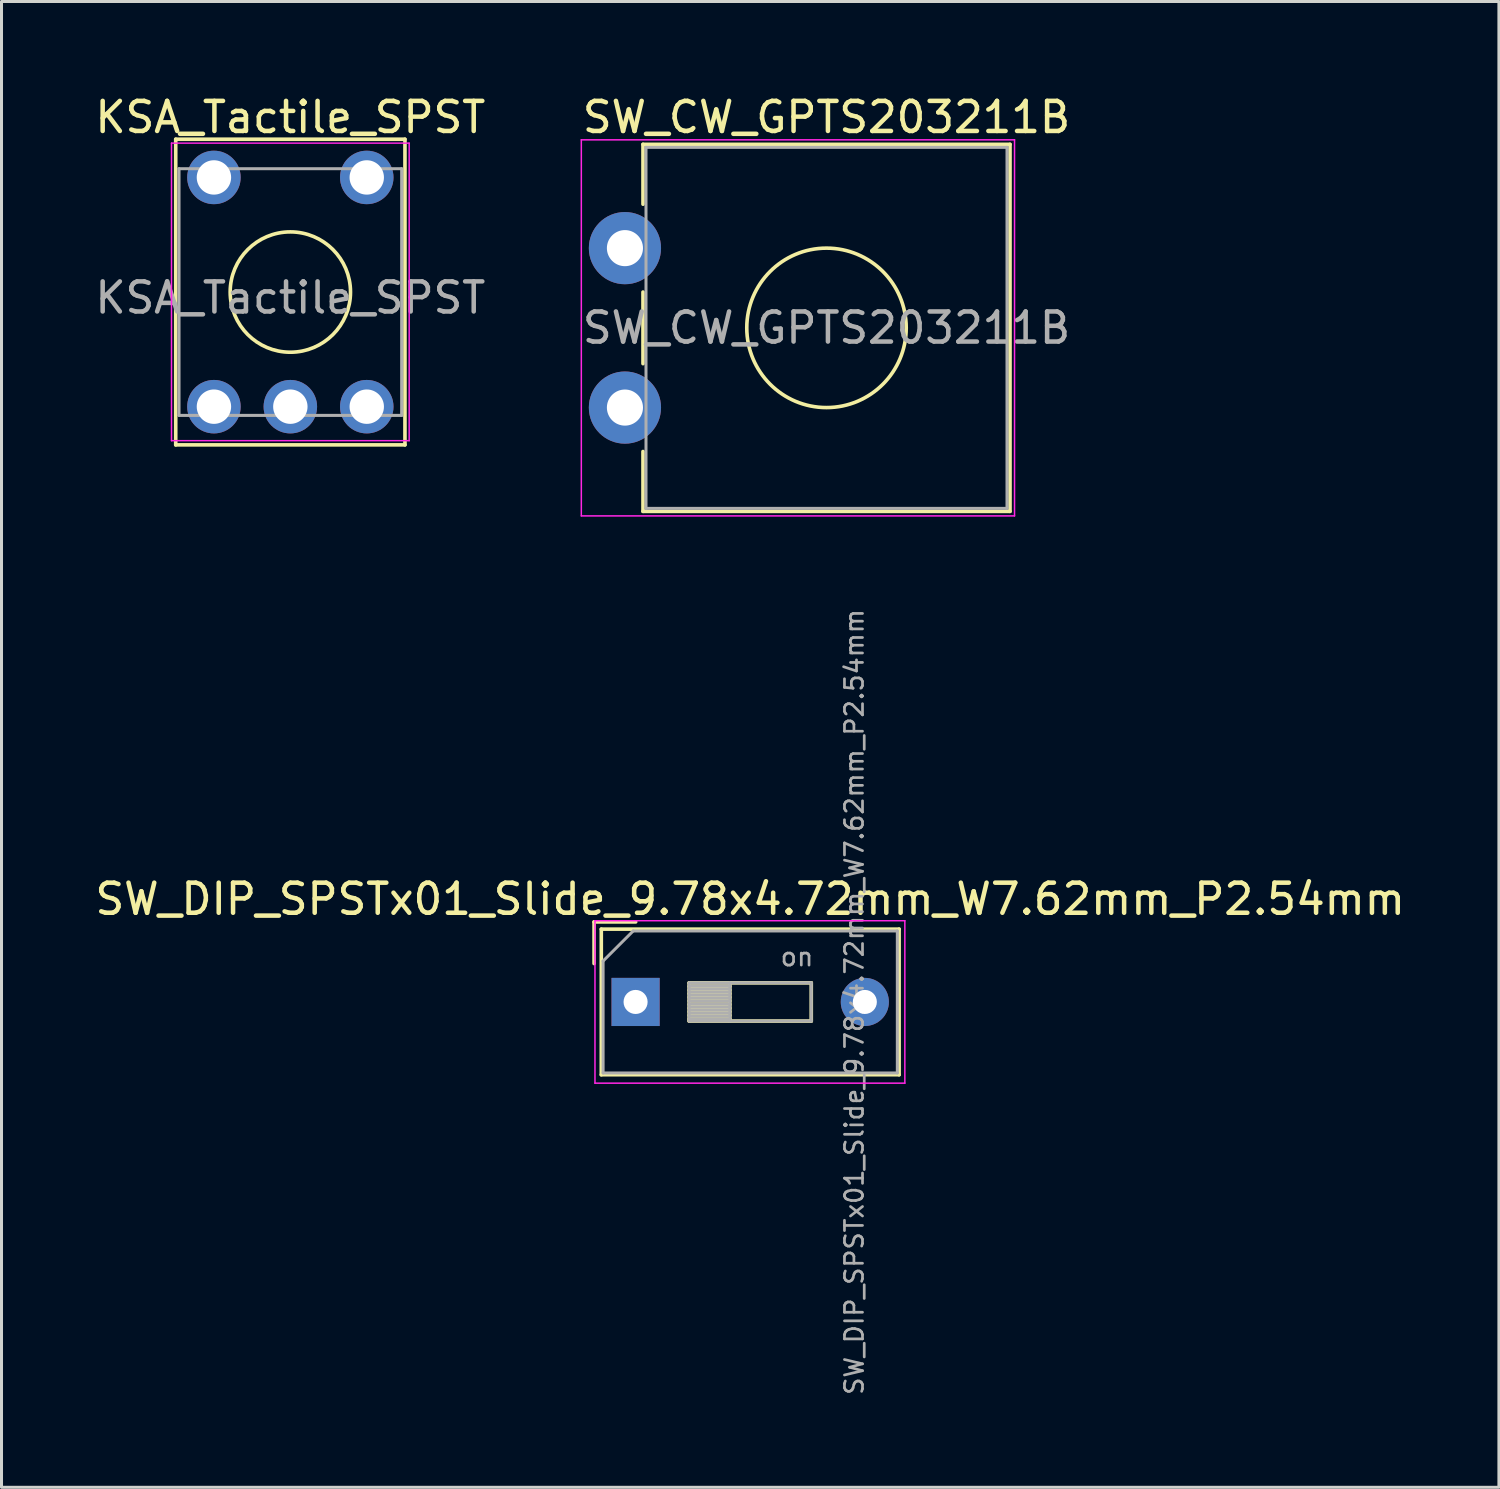
<source format=kicad_pcb>
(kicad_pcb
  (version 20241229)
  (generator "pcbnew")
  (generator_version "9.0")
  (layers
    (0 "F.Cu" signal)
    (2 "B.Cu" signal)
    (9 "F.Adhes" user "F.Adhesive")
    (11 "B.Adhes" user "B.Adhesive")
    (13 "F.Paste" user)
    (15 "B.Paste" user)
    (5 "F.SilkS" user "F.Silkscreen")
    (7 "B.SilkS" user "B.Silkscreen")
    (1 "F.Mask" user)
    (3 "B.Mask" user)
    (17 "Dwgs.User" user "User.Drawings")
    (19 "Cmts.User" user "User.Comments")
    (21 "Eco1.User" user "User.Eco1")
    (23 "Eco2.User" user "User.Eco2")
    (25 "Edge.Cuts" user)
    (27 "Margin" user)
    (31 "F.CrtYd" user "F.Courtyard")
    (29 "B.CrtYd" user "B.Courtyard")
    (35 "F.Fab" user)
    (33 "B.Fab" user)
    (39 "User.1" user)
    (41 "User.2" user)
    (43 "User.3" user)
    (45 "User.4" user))
  (footprint "SW_CW_GPTS203211B"
    (layer "F.Cu")
    (at 17.723 5.198)
    (property "Reference" "SW_CW_GPTS203211B" (at 6.7 -4.35 0) (layer "F.SilkS") (effects (font (size 1 1) (thickness 0.15))))
    (attr through_hole)
    (fp_line (start 0.6 -3.45) (end 12.8 -3.45) (stroke (width 0.12) (type solid)) (layer "F.SilkS"))
    (fp_line (start 0.6 -1.46) (end 0.6 -3.45) (stroke (width 0.12) (type solid)) (layer "F.SilkS"))
    (fp_line (start 0.6 1.46) (end 0.6 3.84) (stroke (width 0.12) (type solid)) (layer "F.SilkS"))
    (fp_line (start 0.6 8.75) (end 0.6 6.76) (stroke (width 0.12) (type solid)) (layer "F.SilkS"))
    (fp_line (start 12.8 -3.45) (end 12.8 8.75) (stroke (width 0.12) (type solid)) (layer "F.SilkS"))
    (fp_line (start 12.8 8.75) (end 0.6 8.75) (stroke (width 0.12) (type solid)) (layer "F.SilkS"))
    (fp_circle (center 6.7 2.65) (end 9.35 2.65) (stroke (width 0.12) (type solid)) (fill no) (layer "F.SilkS"))
    (fp_line (start -1.45 -3.6) (end -1.45 8.9) (stroke (width 0.05) (type solid)) (layer "F.CrtYd"))
    (fp_line (start -1.45 8.9) (end 12.95 8.9) (stroke (width 0.05) (type solid)) (layer "F.CrtYd"))
    (fp_line (start 12.95 -3.6) (end -1.45 -3.6) (stroke (width 0.05) (type solid)) (layer "F.CrtYd"))
    (fp_line (start 12.95 8.9) (end 12.95 -3.6) (stroke (width 0.05) (type solid)) (layer "F.CrtYd"))
    (fp_line (start 0.7 -3.35) (end 0.7 8.65) (stroke (width 0.1) (type solid)) (layer "F.Fab"))
    (fp_line (start 0.7 8.65) (end 12.7 8.65) (stroke (width 0.1) (type solid)) (layer "F.Fab"))
    (fp_line (start 12.7 -3.35) (end 0.7 -3.35) (stroke (width 0.1) (type solid)) (layer "F.Fab"))
    (fp_line (start 12.7 8.65) (end 12.7 -3.35) (stroke (width 0.1) (type solid)) (layer "F.Fab"))
    (fp_text user "${REFERENCE}" (at 6.7 2.65 0) (layer "F.Fab") (effects (font (size 1 1) (thickness 0.15))))
    (pad "1" thru_hole circle (at 0 0) (size 2.4 2.4) (drill 1.2) (layers "*.Cu" "*.Mask"))
    (pad "2" thru_hole circle (at 0 5.3) (size 2.4 2.4) (drill 1.2) (layers "*.Cu" "*.Mask")))
  (footprint "KSA_Tactile_SPST"
    (layer "F.Cu")
    (at 4.061 2.848)
    (property "Reference" "KSA_Tactile_SPST" (at 2.54 -2 0) (layer "F.SilkS") (effects (font (size 1 1) (thickness 0.15))))
    (attr through_hole)
    (fp_line (start -1.27 -1.27) (end -1.27 8.89) (stroke (width 0.12) (type solid)) (layer "F.SilkS"))
    (fp_line (start -1.27 -1.27) (end 6.35 -1.27) (stroke (width 0.12) (type solid)) (layer "F.SilkS"))
    (fp_line (start -1.27 8.89) (end 6.35 8.89) (stroke (width 0.12) (type solid)) (layer "F.SilkS"))
    (fp_line (start 6.35 8.89) (end 6.35 -1.27) (stroke (width 0.12) (type solid)) (layer "F.SilkS"))
    (fp_circle (center 2.54 3.81) (end 0.54 3.81) (stroke (width 0.12) (type solid)) (fill no) (layer "F.SilkS"))
    (fp_line (start -1.41 -1.14) (end -1.41 8.75) (stroke (width 0.05) (type solid)) (layer "F.CrtYd"))
    (fp_line (start -1.41 -1.14) (end 6.49 -1.14) (stroke (width 0.05) (type solid)) (layer "F.CrtYd"))
    (fp_line (start 6.49 8.75) (end -1.41 8.75) (stroke (width 0.05) (type solid)) (layer "F.CrtYd"))
    (fp_line (start 6.49 8.75) (end 6.49 -1.14) (stroke (width 0.05) (type solid)) (layer "F.CrtYd"))
    (fp_line (start -1.16 7.91) (end -1.16 -0.29) (stroke (width 0.1) (type solid)) (layer "F.Fab"))
    (fp_line (start -1.16 7.91) (end 6.24 7.91) (stroke (width 0.1) (type solid)) (layer "F.Fab"))
    (fp_line (start 6.24 -0.29) (end -1.16 -0.29) (stroke (width 0.1) (type solid)) (layer "F.Fab"))
    (fp_line (start 6.24 7.91) (end 6.24 -0.29) (stroke (width 0.1) (type solid)) (layer "F.Fab"))
    (fp_text user "${REFERENCE}" (at 2.54 4 0) (layer "F.Fab") (effects (font (size 1 1) (thickness 0.15))))
    (pad "1" thru_hole circle (at 0 0) (size 1.778 1.778) (drill 1.143) (layers "*.Cu" "*.Mask"))
    (pad "2" thru_hole circle (at 5.08 0) (size 1.778 1.778) (drill 1.143) (layers "*.Cu" "*.Mask"))
    (pad "3" thru_hole circle (at 5.08 7.62) (size 1.778 1.778) (drill 1.143) (layers "*.Cu" "*.Mask"))
    (pad "4" thru_hole circle (at 2.54 7.62) (size 1.778 1.778) (drill 1.143) (layers "*.Cu" "*.Mask"))
    (pad "5" thru_hole circle (at 0 7.62) (size 1.778 1.778) (drill 1.143) (layers "*.Cu" "*.Mask")))
  (footprint "SW_DIP_SPSTx01_Slide_9.78x4.72mm_W7.62mm_P2.54mm"
    (layer "F.Cu")
    (at 18.077 30.255)
    (property "Reference" "SW_DIP_SPSTx01_Slide_9.78x4.72mm_W7.62mm_P2.54mm" (at 3.81 -3.42 0) (layer "F.SilkS") (effects (font (size 1 1) (thickness 0.15))))
    (attr through_hole)
    (fp_line (start -1.38 -2.66) (end -1.38 -1.277) (stroke (width 0.12) (type solid)) (layer "F.SilkS"))
    (fp_line (start -1.38 -2.66) (end 0.004 -2.66) (stroke (width 0.12) (type solid)) (layer "F.SilkS"))
    (fp_line (start -1.14 -2.42) (end -1.14 2.42) (stroke (width 0.12) (type solid)) (layer "F.SilkS"))
    (fp_line (start -1.14 -2.42) (end 8.76 -2.42) (stroke (width 0.12) (type solid)) (layer "F.SilkS"))
    (fp_line (start -1.14 2.42) (end 8.76 2.42) (stroke (width 0.12) (type solid)) (layer "F.SilkS"))
    (fp_line (start 1.78 -0.635) (end 1.78 0.635) (stroke (width 0.12) (type solid)) (layer "F.SilkS"))
    (fp_line (start 1.78 -0.515) (end 3.133 -0.515) (stroke (width 0.12) (type solid)) (layer "F.SilkS"))
    (fp_line (start 1.78 -0.395) (end 3.133 -0.395) (stroke (width 0.12) (type solid)) (layer "F.SilkS"))
    (fp_line (start 1.78 -0.275) (end 3.133 -0.275) (stroke (width 0.12) (type solid)) (layer "F.SilkS"))
    (fp_line (start 1.78 -0.155) (end 3.133 -0.155) (stroke (width 0.12) (type solid)) (layer "F.SilkS"))
    (fp_line (start 1.78 -0.035) (end 3.133 -0.035) (stroke (width 0.12) (type solid)) (layer "F.SilkS"))
    (fp_line (start 1.78 0.085) (end 3.133 0.085) (stroke (width 0.12) (type solid)) (layer "F.SilkS"))
    (fp_line (start 1.78 0.205) (end 3.133 0.205) (stroke (width 0.12) (type solid)) (layer "F.SilkS"))
    (fp_line (start 1.78 0.325) (end 3.133 0.325) (stroke (width 0.12) (type solid)) (layer "F.SilkS"))
    (fp_line (start 1.78 0.445) (end 3.133 0.445) (stroke (width 0.12) (type solid)) (layer "F.SilkS"))
    (fp_line (start 1.78 0.565) (end 3.133 0.565) (stroke (width 0.12) (type solid)) (layer "F.SilkS"))
    (fp_line (start 1.78 0.635) (end 5.84 0.635) (stroke (width 0.12) (type solid)) (layer "F.SilkS"))
    (fp_line (start 3.133 -0.635) (end 3.133 0.635) (stroke (width 0.12) (type solid)) (layer "F.SilkS"))
    (fp_line (start 5.84 -0.635) (end 1.78 -0.635) (stroke (width 0.12) (type solid)) (layer "F.SilkS"))
    (fp_line (start 5.84 0.635) (end 5.84 -0.635) (stroke (width 0.12) (type solid)) (layer "F.SilkS"))
    (fp_line (start 8.76 -2.42) (end 8.76 2.42) (stroke (width 0.12) (type solid)) (layer "F.SilkS"))
    (fp_line (start -1.35 -2.7) (end -1.35 2.7) (stroke (width 0.05) (type solid)) (layer "F.CrtYd"))
    (fp_line (start -1.35 2.7) (end 8.95 2.7) (stroke (width 0.05) (type solid)) (layer "F.CrtYd"))
    (fp_line (start 8.95 -2.7) (end -1.35 -2.7) (stroke (width 0.05) (type solid)) (layer "F.CrtYd"))
    (fp_line (start 8.95 2.7) (end 8.95 -2.7) (stroke (width 0.05) (type solid)) (layer "F.CrtYd"))
    (fp_line (start -1.08 -1.36) (end -0.08 -2.36) (stroke (width 0.1) (type solid)) (layer "F.Fab"))
    (fp_line (start -1.08 2.36) (end -1.08 -1.36) (stroke (width 0.1) (type solid)) (layer "F.Fab"))
    (fp_line (start -0.08 -2.36) (end 8.7 -2.36) (stroke (width 0.1) (type solid)) (layer "F.Fab"))
    (fp_line (start 1.78 -0.635) (end 1.78 0.635) (stroke (width 0.1) (type solid)) (layer "F.Fab"))
    (fp_line (start 1.78 -0.535) (end 3.133 -0.535) (stroke (width 0.1) (type solid)) (layer "F.Fab"))
    (fp_line (start 1.78 -0.435) (end 3.133 -0.435) (stroke (width 0.1) (type solid)) (layer "F.Fab"))
    (fp_line (start 1.78 -0.335) (end 3.133 -0.335) (stroke (width 0.1) (type solid)) (layer "F.Fab"))
    (fp_line (start 1.78 -0.235) (end 3.133 -0.235) (stroke (width 0.1) (type solid)) (layer "F.Fab"))
    (fp_line (start 1.78 -0.135) (end 3.133 -0.135) (stroke (width 0.1) (type solid)) (layer "F.Fab"))
    (fp_line (start 1.78 -0.035) (end 3.133 -0.035) (stroke (width 0.1) (type solid)) (layer "F.Fab"))
    (fp_line (start 1.78 0.065) (end 3.133 0.065) (stroke (width 0.1) (type solid)) (layer "F.Fab"))
    (fp_line (start 1.78 0.165) (end 3.133 0.165) (stroke (width 0.1) (type solid)) (layer "F.Fab"))
    (fp_line (start 1.78 0.265) (end 3.133 0.265) (stroke (width 0.1) (type solid)) (layer "F.Fab"))
    (fp_line (start 1.78 0.365) (end 3.133 0.365) (stroke (width 0.1) (type solid)) (layer "F.Fab"))
    (fp_line (start 1.78 0.465) (end 3.133 0.465) (stroke (width 0.1) (type solid)) (layer "F.Fab"))
    (fp_line (start 1.78 0.565) (end 3.133 0.565) (stroke (width 0.1) (type solid)) (layer "F.Fab"))
    (fp_line (start 1.78 0.635) (end 5.84 0.635) (stroke (width 0.1) (type solid)) (layer "F.Fab"))
    (fp_line (start 3.133 -0.635) (end 3.133 0.635) (stroke (width 0.1) (type solid)) (layer "F.Fab"))
    (fp_line (start 5.84 -0.635) (end 1.78 -0.635) (stroke (width 0.1) (type solid)) (layer "F.Fab"))
    (fp_line (start 5.84 0.635) (end 5.84 -0.635) (stroke (width 0.1) (type solid)) (layer "F.Fab"))
    (fp_line (start 8.7 -2.36) (end 8.7 2.36) (stroke (width 0.1) (type solid)) (layer "F.Fab"))
    (fp_line (start 8.7 2.36) (end -1.08 2.36) (stroke (width 0.1) (type solid)) (layer "F.Fab"))
    (fp_text user "on" (at 5.365 -1.498 0) (layer "F.Fab") (effects (font (size 0.6 0.6) (thickness 0.09))))
    (fp_text user "${REFERENCE}" (at 7.27 0 90) (layer "F.Fab") (effects (font (size 0.6 0.6) (thickness 0.09))))
    (pad "1" thru_hole rect (at 0 0) (size 1.6 1.6) (drill 0.8) (layers "*.Cu" "*.Mask"))
    (pad "2" thru_hole oval (at 7.62 0) (size 1.6 1.6) (drill 0.8) (layers "*.Cu" "*.Mask")))
  (gr_rect
    (start -3 -3)
    (end 46.774 46.388)
    (stroke (width 0.1) (type default))
    (fill no)
    (layer "Edge.Cuts")))
</source>
